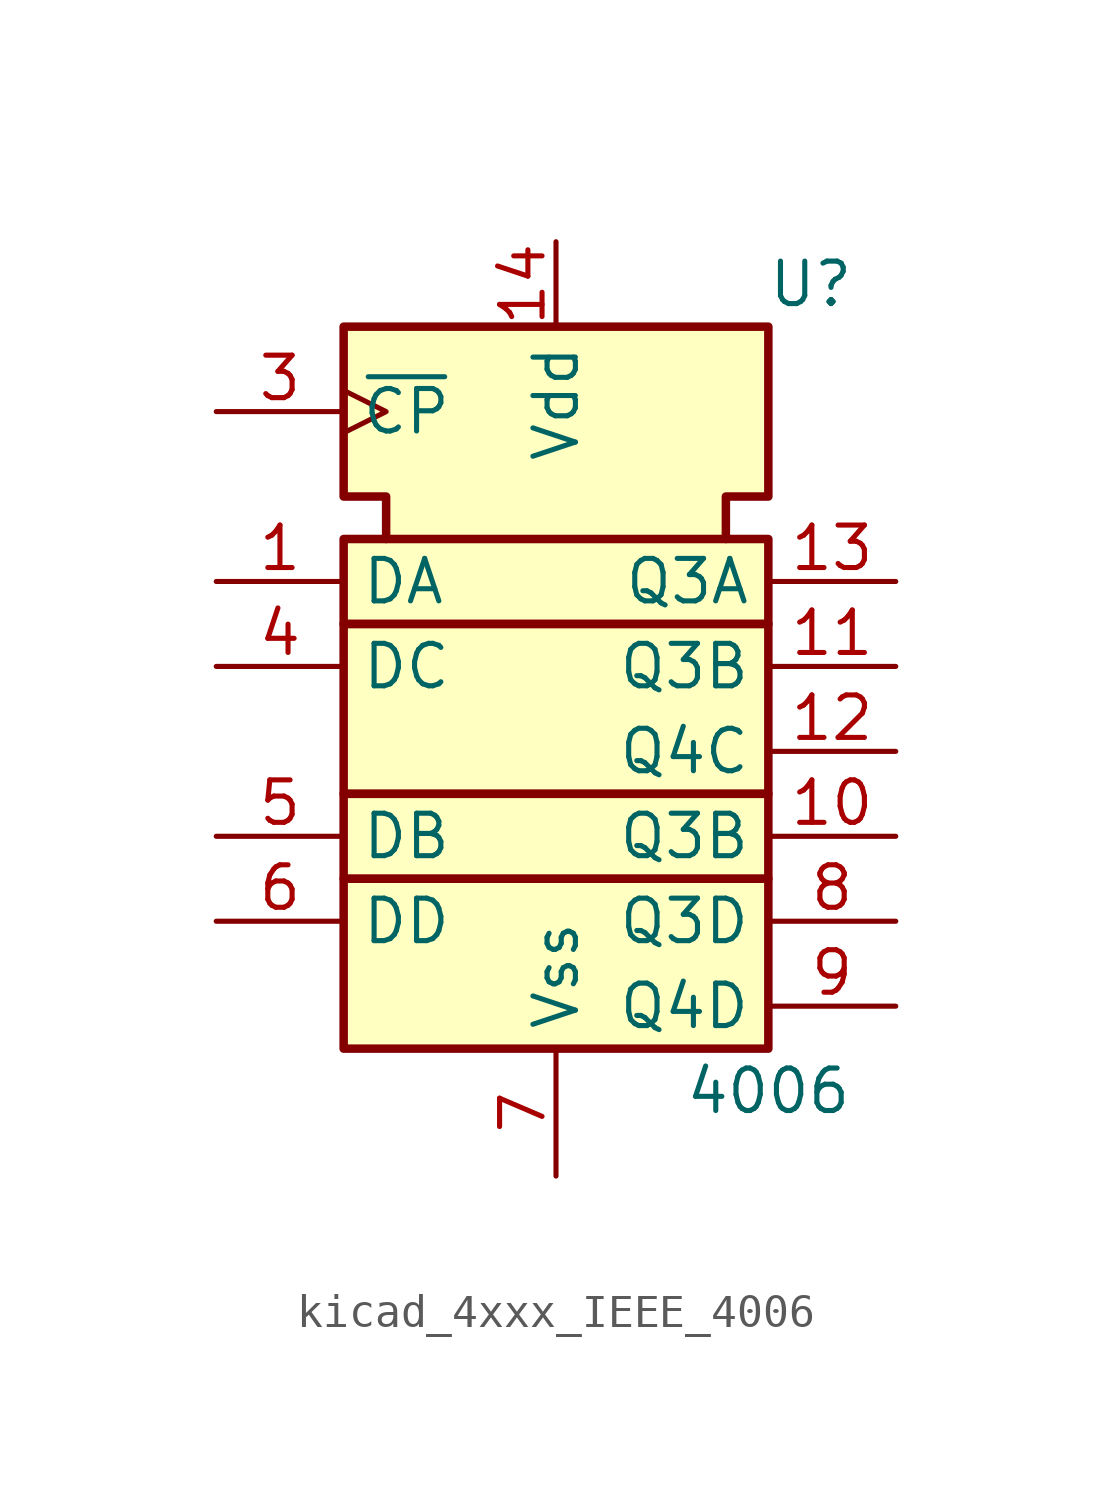
<source format=kicad_sym>
(kicad_symbol_lib
  (version 20220914)
  (generator kicad_symbol_editor)
  (symbol "kicad_4xxx_IEEE_4006"
    (property "Reference" "U"
      (at 7.62 8.89 0)
      (effects (font (size 1.27 1.27))))
    (property "Value" "4006"
      (at 6.35 -15.24 0)
      (effects (font (size 1.27 1.27))))
    (symbol "kicad_4xxx_IEEE_4006_0_0"
      (rectangle (start -6.35 -8.89) (end 6.35 -13.97) (stroke (width 0.254) (type default)) (fill (type background)))
      (rectangle (start -6.35 -6.35) (end 6.35 -8.89) (stroke (width 0.254) (type default)) (fill (type background)))
      (rectangle (start -6.35 -1.27) (end 6.35 -6.35) (stroke (width 0.254) (type default)) (fill (type background)))
      (rectangle (start -6.35 1.27) (end 6.35 -1.27) (stroke (width 0.254) (type default)) (fill (type background)))
      (polyline (pts (xy -5.08 1.27) (xy -5.08 2.54) (xy -6.35 2.54) (xy -6.35 7.62) (xy 6.35 7.62) (xy 6.35 2.54) (xy 5.08 2.54) (xy 5.08 1.27) (xy 5.08 1.27)) (stroke (width 0.254) (type default)) (fill (type background))))
    (symbol "kicad_4xxx_IEEE_4006_0_1"
      (pin power_in line (at 0 10.16 270) (length 2.54) (name "Vdd" (effects (font (size 1.27 1.27)))) (number "14" (effects (font (size 1.27 1.27)))))
      (pin power_in line (at 0 -17.78 90) (length 3.81) (name "Vss" (effects (font (size 1.27 1.27)))) (number "7" (effects (font (size 1.27 1.27))))))
    (symbol "kicad_4xxx_IEEE_4006_1_1"
      (pin input line (at -10.16 0 0) (length 3.81) (name "DA" (effects (font (size 1.27 1.27)))) (number "1" (effects (font (size 1.27 1.27)))))
      (pin output line (at 10.16 -7.62 180) (length 3.81) (name "Q3B" (effects (font (size 1.27 1.27)))) (number "10" (effects (font (size 1.27 1.27)))))
      (pin output line (at 10.16 -2.54 180) (length 3.81) (name "Q3B" (effects (font (size 1.27 1.27)))) (number "11" (effects (font (size 1.27 1.27)))))
      (pin output line (at 10.16 -5.08 180) (length 3.81) (name "Q4C" (effects (font (size 1.27 1.27)))) (number "12" (effects (font (size 1.27 1.27)))))
      (pin output line (at 10.16 0 180) (length 3.81) (name "Q3A" (effects (font (size 1.27 1.27)))) (number "13" (effects (font (size 1.27 1.27)))))
      (pin input clock (at -10.16 5.08 0) (length 3.81) (name "~{CP}" (effects (font (size 1.27 1.27)))) (number "3" (effects (font (size 1.27 1.27)))))
      (pin input line (at -10.16 -2.54 0) (length 3.81) (name "DC" (effects (font (size 1.27 1.27)))) (number "4" (effects (font (size 1.27 1.27)))))
      (pin input line (at -10.16 -7.62 0) (length 3.81) (name "DB" (effects (font (size 1.27 1.27)))) (number "5" (effects (font (size 1.27 1.27)))))
      (pin input line (at -10.16 -10.16 0) (length 3.81) (name "DD" (effects (font (size 1.27 1.27)))) (number "6" (effects (font (size 1.27 1.27)))))
      (pin output line (at 10.16 -10.16 180) (length 3.81) (name "Q3D" (effects (font (size 1.27 1.27)))) (number "8" (effects (font (size 1.27 1.27)))))
      (pin output line (at 10.16 -12.7 180) (length 3.81) (name "Q4D" (effects (font (size 1.27 1.27)))) (number "9" (effects (font (size 1.27 1.27))))))))
</source>
